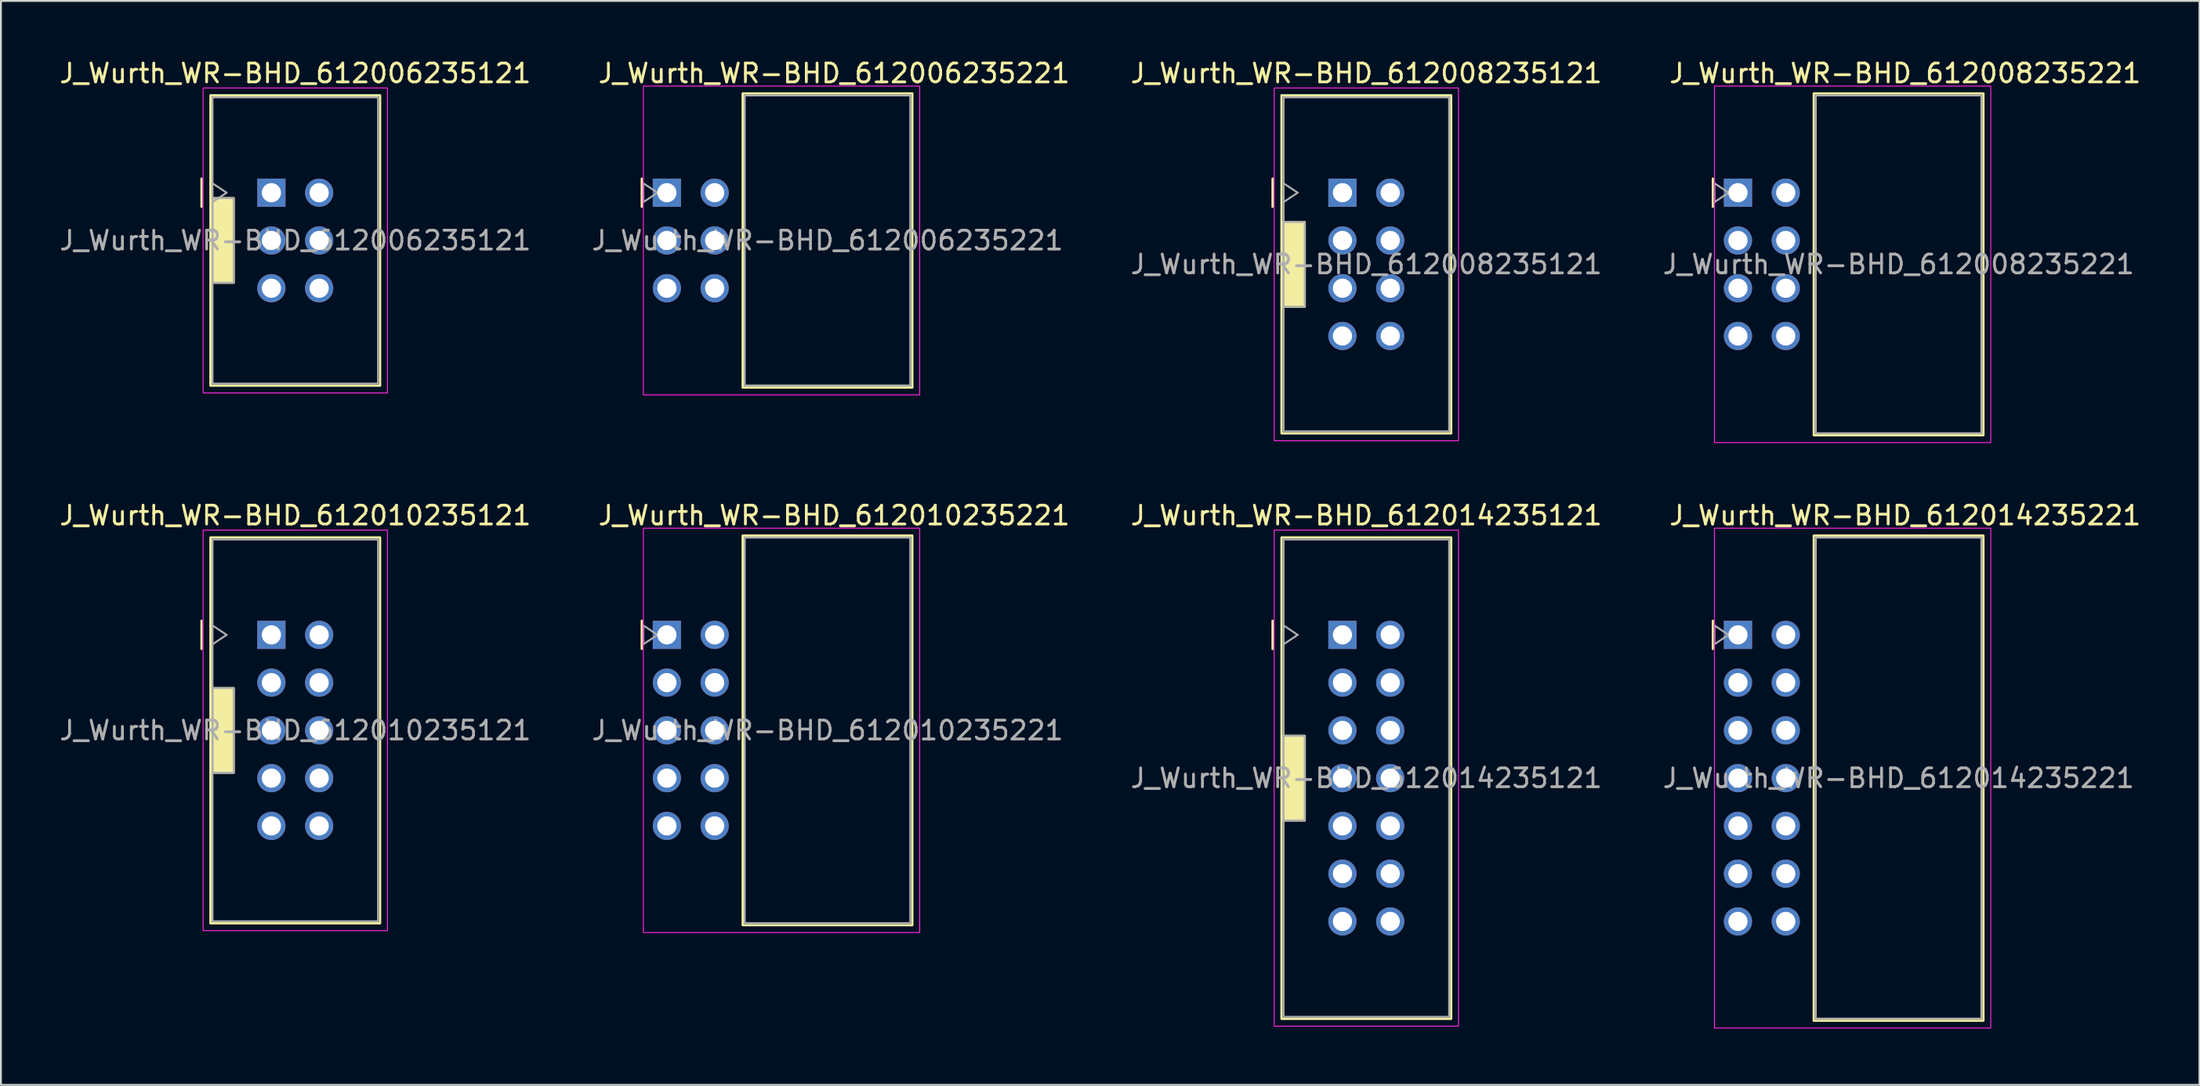
<source format=kicad_pcb>
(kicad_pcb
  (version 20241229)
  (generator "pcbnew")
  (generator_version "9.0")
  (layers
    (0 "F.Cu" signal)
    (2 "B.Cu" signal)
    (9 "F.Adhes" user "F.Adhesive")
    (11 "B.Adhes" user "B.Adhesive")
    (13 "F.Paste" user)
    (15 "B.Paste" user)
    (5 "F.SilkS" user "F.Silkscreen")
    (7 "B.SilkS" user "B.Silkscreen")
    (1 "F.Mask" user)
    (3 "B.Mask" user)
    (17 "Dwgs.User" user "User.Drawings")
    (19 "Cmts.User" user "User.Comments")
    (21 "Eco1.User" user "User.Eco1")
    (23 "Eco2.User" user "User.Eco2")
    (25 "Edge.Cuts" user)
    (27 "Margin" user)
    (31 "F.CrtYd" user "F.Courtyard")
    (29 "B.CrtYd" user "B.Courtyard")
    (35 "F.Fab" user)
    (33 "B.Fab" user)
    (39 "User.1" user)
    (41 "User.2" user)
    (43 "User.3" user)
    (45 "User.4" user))
  (footprint "J_Wurth_WR-BHD_612014235121"
    (layer "F.Cu")
    (at 68.324 30.712)
    (property "Reference" "J_Wurth_WR-BHD_612014235121" (at 1.27 -6.35 0) (unlocked yes) (layer "F.SilkS") (effects (font (size 1 1) (thickness 0.15))))
    (attr through_hole)
    (fp_line (start -3.715 -0.75) (end -3.715 0.75) (stroke (width 0.12) (type solid)) (layer "F.SilkS"))
    (fp_rect (start -3.24 -5.18) (end 5.78 20.42) (stroke (width 0.12) (type solid)) (fill no) (layer "F.SilkS"))
    (fp_rect (start -3.205 5.37) (end -2.005 9.87) (stroke (width 0.12) (type solid)) (fill yes) (layer "F.SilkS"))
    (fp_rect (start -3.63 -5.57) (end 6.17 20.81) (stroke (width 0.05) (type solid)) (fill no) (layer "F.CrtYd"))
    (fp_line (start -2.38 0) (end -3.13 -0.5) (stroke (width 0.1) (type solid)) (layer "F.Fab"))
    (fp_line (start -2.38 0) (end -3.13 0.5) (stroke (width 0.1) (type solid)) (layer "F.Fab"))
    (fp_rect (start -3.13 -5.07) (end 5.67 20.31) (stroke (width 0.1) (type solid)) (fill no) (layer "F.Fab"))
    (fp_rect (start -3.13 5.37) (end -2.005 9.87) (stroke (width 0.1) (type solid)) (fill no) (layer "F.Fab"))
    (fp_text user "${REFERENCE}" (at 1.27 7.62 0) (unlocked yes) (layer "F.Fab") (effects (font (size 1 1) (thickness 0.15))))
    (pad "1" thru_hole rect (at 0 0 270) (size 1.5 1.5) (drill 1.02) (layers "*.Cu" "*.Mask"))
    (pad "2" thru_hole circle (at 2.54 0 270) (size 1.5 1.5) (drill 1.02) (layers "*.Cu" "*.Mask"))
    (pad "3" thru_hole circle (at 0 2.54 270) (size 1.5 1.5) (drill 1.02) (layers "*.Cu" "*.Mask"))
    (pad "4" thru_hole circle (at 2.54 2.54 270) (size 1.5 1.5) (drill 1.02) (layers "*.Cu" "*.Mask"))
    (pad "5" thru_hole circle (at 0 5.08 270) (size 1.5 1.5) (drill 1.02) (layers "*.Cu" "*.Mask"))
    (pad "6" thru_hole circle (at 2.54 5.08 270) (size 1.5 1.5) (drill 1.02) (layers "*.Cu" "*.Mask"))
    (pad "7" thru_hole circle (at 0 7.62 270) (size 1.5 1.5) (drill 1.02) (layers "*.Cu" "*.Mask"))
    (pad "8" thru_hole circle (at 2.54 7.62 270) (size 1.5 1.5) (drill 1.02) (layers "*.Cu" "*.Mask"))
    (pad "9" thru_hole circle (at 0 10.16 270) (size 1.5 1.5) (drill 1.02) (layers "*.Cu" "*.Mask"))
    (pad "10" thru_hole circle (at 2.54 10.16 270) (size 1.5 1.5) (drill 1.02) (layers "*.Cu" "*.Mask"))
    (pad "11" thru_hole circle (at 0 12.7 270) (size 1.5 1.5) (drill 1.02) (layers "*.Cu" "*.Mask"))
    (pad "12" thru_hole circle (at 2.54 12.7 270) (size 1.5 1.5) (drill 1.02) (layers "*.Cu" "*.Mask"))
    (pad "13" thru_hole circle (at 0 15.24 270) (size 1.5 1.5) (drill 1.02) (layers "*.Cu" "*.Mask"))
    (pad "14" thru_hole circle (at 2.54 15.24 270) (size 1.5 1.5) (drill 1.02) (layers "*.Cu" "*.Mask")))
  (footprint "J_Wurth_WR-BHD_612010235121"
    (layer "F.Cu")
    (at 11.379 30.712)
    (property "Reference" "J_Wurth_WR-BHD_612010235121" (at 1.27 -6.35 0) (unlocked yes) (layer "F.SilkS") (effects (font (size 1 1) (thickness 0.15))))
    (attr through_hole)
    (fp_line (start -3.715 -0.75) (end -3.715 0.75) (stroke (width 0.12) (type solid)) (layer "F.SilkS"))
    (fp_rect (start -3.24 -5.18) (end 5.78 15.34) (stroke (width 0.12) (type solid)) (fill no) (layer "F.SilkS"))
    (fp_rect (start -3.205 2.83) (end -2.005 7.33) (stroke (width 0.12) (type solid)) (fill yes) (layer "F.SilkS"))
    (fp_rect (start -3.63 -5.57) (end 6.17 15.73) (stroke (width 0.05) (type solid)) (fill no) (layer "F.CrtYd"))
    (fp_line (start -2.38 0) (end -3.13 -0.5) (stroke (width 0.1) (type solid)) (layer "F.Fab"))
    (fp_line (start -2.38 0) (end -3.13 0.5) (stroke (width 0.1) (type solid)) (layer "F.Fab"))
    (fp_rect (start -3.13 -5.07) (end 5.67 15.23) (stroke (width 0.1) (type solid)) (fill no) (layer "F.Fab"))
    (fp_rect (start -3.13 2.83) (end -2.005 7.33) (stroke (width 0.1) (type solid)) (fill no) (layer "F.Fab"))
    (fp_text user "${REFERENCE}" (at 1.27 5.08 0) (unlocked yes) (layer "F.Fab") (effects (font (size 1 1) (thickness 0.15))))
    (pad "1" thru_hole rect (at 0 0 270) (size 1.5 1.5) (drill 1.02) (layers "*.Cu" "*.Mask"))
    (pad "2" thru_hole circle (at 2.54 0 270) (size 1.5 1.5) (drill 1.02) (layers "*.Cu" "*.Mask"))
    (pad "3" thru_hole circle (at 0 2.54 270) (size 1.5 1.5) (drill 1.02) (layers "*.Cu" "*.Mask"))
    (pad "4" thru_hole circle (at 2.54 2.54 270) (size 1.5 1.5) (drill 1.02) (layers "*.Cu" "*.Mask"))
    (pad "5" thru_hole circle (at 0 5.08 270) (size 1.5 1.5) (drill 1.02) (layers "*.Cu" "*.Mask"))
    (pad "6" thru_hole circle (at 2.54 5.08 270) (size 1.5 1.5) (drill 1.02) (layers "*.Cu" "*.Mask"))
    (pad "7" thru_hole circle (at 0 7.62 270) (size 1.5 1.5) (drill 1.02) (layers "*.Cu" "*.Mask"))
    (pad "8" thru_hole circle (at 2.54 7.62 270) (size 1.5 1.5) (drill 1.02) (layers "*.Cu" "*.Mask"))
    (pad "9" thru_hole circle (at 0 10.16 270) (size 1.5 1.5) (drill 1.02) (layers "*.Cu" "*.Mask"))
    (pad "10" thru_hole circle (at 2.54 10.16 270) (size 1.5 1.5) (drill 1.02) (layers "*.Cu" "*.Mask")))
  (footprint "J_Wurth_WR-BHD_612006235221"
    (layer "F.Cu")
    (at 32.406 7.198)
    (property "Reference" "J_Wurth_WR-BHD_612006235221" (at 8.89 -6.35 0) (unlocked yes) (layer "F.SilkS") (effects (font (size 1 1) (thickness 0.15))))
    (attr through_hole)
    (fp_line (start -1.335 0.75) (end -1.335 -0.75) (stroke (width 0.12) (type solid)) (layer "F.SilkS"))
    (fp_rect (start 4.03 -5.28) (end 13.05 10.36) (stroke (width 0.12) (type solid)) (fill no) (layer "F.SilkS"))
    (fp_rect (start -1.25 -5.67) (end 13.44 10.75) (stroke (width 0.05) (type solid)) (fill no) (layer "F.CrtYd"))
    (fp_line (start -1.25 0.5) (end -1.25 -0.5) (stroke (width 0.1) (type default)) (layer "F.Fab"))
    (fp_line (start -0.5 0) (end -1.25 -0.5) (stroke (width 0.1) (type solid)) (layer "F.Fab"))
    (fp_line (start -0.5 0) (end -1.25 0.5) (stroke (width 0.1) (type solid)) (layer "F.Fab"))
    (fp_rect (start 4.14 -5.17) (end 12.94 10.25) (stroke (width 0.1) (type solid)) (fill no) (layer "F.Fab"))
    (fp_text user "${REFERENCE}" (at 8.54 2.54 0) (unlocked yes) (layer "F.Fab") (effects (font (size 1 1) (thickness 0.15))))
    (pad "1" thru_hole rect (at 0 0 90) (size 1.5 1.5) (drill 1.02) (layers "*.Cu" "*.Mask"))
    (pad "2" thru_hole circle (at 2.54 0 90) (size 1.5 1.5) (drill 1.02) (layers "*.Cu" "*.Mask"))
    (pad "3" thru_hole circle (at 0 2.54 90) (size 1.5 1.5) (drill 1.02) (layers "*.Cu" "*.Mask"))
    (pad "4" thru_hole circle (at 2.54 2.54 90) (size 1.5 1.5) (drill 1.02) (layers "*.Cu" "*.Mask"))
    (pad "5" thru_hole circle (at 0 5.08 90) (size 1.5 1.5) (drill 1.02) (layers "*.Cu" "*.Mask"))
    (pad "6" thru_hole circle (at 2.54 5.08 90) (size 1.5 1.5) (drill 1.02) (layers "*.Cu" "*.Mask")))
  (footprint "J_Wurth_WR-BHD_612008235121"
    (layer "F.Cu")
    (at 68.324 7.198)
    (property "Reference" "J_Wurth_WR-BHD_612008235121" (at 1.27 -6.35 0) (unlocked yes) (layer "F.SilkS") (effects (font (size 1 1) (thickness 0.15))))
    (attr through_hole)
    (fp_line (start -3.715 -0.75) (end -3.715 0.75) (stroke (width 0.12) (type solid)) (layer "F.SilkS"))
    (fp_rect (start -3.24 -5.18) (end 5.78 12.8) (stroke (width 0.12) (type solid)) (fill no) (layer "F.SilkS"))
    (fp_rect (start -3.205 1.56) (end -2.005 6.06) (stroke (width 0.12) (type solid)) (fill yes) (layer "F.SilkS"))
    (fp_rect (start -3.63 -5.57) (end 6.17 13.19) (stroke (width 0.05) (type solid)) (fill no) (layer "F.CrtYd"))
    (fp_line (start -2.38 0) (end -3.13 -0.5) (stroke (width 0.1) (type solid)) (layer "F.Fab"))
    (fp_line (start -2.38 0) (end -3.13 0.5) (stroke (width 0.1) (type solid)) (layer "F.Fab"))
    (fp_rect (start -3.13 -5.07) (end 5.67 12.69) (stroke (width 0.1) (type solid)) (fill no) (layer "F.Fab"))
    (fp_rect (start -3.13 1.56) (end -2.005 6.06) (stroke (width 0.1) (type solid)) (fill no) (layer "F.Fab"))
    (fp_text user "${REFERENCE}" (at 1.27 3.81 0) (unlocked yes) (layer "F.Fab") (effects (font (size 1 1) (thickness 0.15))))
    (pad "1" thru_hole rect (at 0 0 270) (size 1.5 1.5) (drill 1.02) (layers "*.Cu" "*.Mask"))
    (pad "2" thru_hole circle (at 2.54 0 270) (size 1.5 1.5) (drill 1.02) (layers "*.Cu" "*.Mask"))
    (pad "3" thru_hole circle (at 0 2.54 270) (size 1.5 1.5) (drill 1.02) (layers "*.Cu" "*.Mask"))
    (pad "4" thru_hole circle (at 2.54 2.54 270) (size 1.5 1.5) (drill 1.02) (layers "*.Cu" "*.Mask"))
    (pad "5" thru_hole circle (at 0 5.08 270) (size 1.5 1.5) (drill 1.02) (layers "*.Cu" "*.Mask"))
    (pad "6" thru_hole circle (at 2.54 5.08 270) (size 1.5 1.5) (drill 1.02) (layers "*.Cu" "*.Mask"))
    (pad "7" thru_hole circle (at 0 7.62 270) (size 1.5 1.5) (drill 1.02) (layers "*.Cu" "*.Mask"))
    (pad "8" thru_hole circle (at 2.54 7.62 270) (size 1.5 1.5) (drill 1.02) (layers "*.Cu" "*.Mask")))
  (footprint "J_Wurth_WR-BHD_612008235221"
    (layer "F.Cu")
    (at 89.352 7.198)
    (property "Reference" "J_Wurth_WR-BHD_612008235221" (at 8.89 -6.35 0) (unlocked yes) (layer "F.SilkS") (effects (font (size 1 1) (thickness 0.15))))
    (attr through_hole)
    (fp_line (start -1.335 0.75) (end -1.335 -0.75) (stroke (width 0.12) (type solid)) (layer "F.SilkS"))
    (fp_rect (start 4.03 -5.28) (end 13.05 12.9) (stroke (width 0.12) (type solid)) (fill no) (layer "F.SilkS"))
    (fp_rect (start -1.25 -5.67) (end 13.44 13.29) (stroke (width 0.05) (type solid)) (fill no) (layer "F.CrtYd"))
    (fp_line (start -1.25 0.5) (end -1.25 -0.5) (stroke (width 0.1) (type default)) (layer "F.Fab"))
    (fp_line (start -0.5 0) (end -1.25 -0.5) (stroke (width 0.1) (type solid)) (layer "F.Fab"))
    (fp_line (start -0.5 0) (end -1.25 0.5) (stroke (width 0.1) (type solid)) (layer "F.Fab"))
    (fp_rect (start 4.14 -5.17) (end 12.94 12.79) (stroke (width 0.1) (type solid)) (fill no) (layer "F.Fab"))
    (fp_text user "${REFERENCE}" (at 8.54 3.81 0) (unlocked yes) (layer "F.Fab") (effects (font (size 1 1) (thickness 0.15))))
    (pad "1" thru_hole rect (at 0 0 90) (size 1.5 1.5) (drill 1.02) (layers "*.Cu" "*.Mask"))
    (pad "2" thru_hole circle (at 2.54 0 90) (size 1.5 1.5) (drill 1.02) (layers "*.Cu" "*.Mask"))
    (pad "3" thru_hole circle (at 0 2.54 90) (size 1.5 1.5) (drill 1.02) (layers "*.Cu" "*.Mask"))
    (pad "4" thru_hole circle (at 2.54 2.54 90) (size 1.5 1.5) (drill 1.02) (layers "*.Cu" "*.Mask"))
    (pad "5" thru_hole circle (at 0 5.08 90) (size 1.5 1.5) (drill 1.02) (layers "*.Cu" "*.Mask"))
    (pad "6" thru_hole circle (at 2.54 5.08 90) (size 1.5 1.5) (drill 1.02) (layers "*.Cu" "*.Mask"))
    (pad "7" thru_hole circle (at 0 7.62 90) (size 1.5 1.5) (drill 1.02) (layers "*.Cu" "*.Mask"))
    (pad "8" thru_hole circle (at 2.54 7.62 90) (size 1.5 1.5) (drill 1.02) (layers "*.Cu" "*.Mask")))
  (footprint "J_Wurth_WR-BHD_612010235221"
    (layer "F.Cu")
    (at 32.406 30.712)
    (property "Reference" "J_Wurth_WR-BHD_612010235221" (at 8.89 -6.35 0) (unlocked yes) (layer "F.SilkS") (effects (font (size 1 1) (thickness 0.15))))
    (attr through_hole)
    (fp_line (start -1.335 0.75) (end -1.335 -0.75) (stroke (width 0.12) (type solid)) (layer "F.SilkS"))
    (fp_rect (start 4.03 -5.28) (end 13.05 15.44) (stroke (width 0.12) (type solid)) (fill no) (layer "F.SilkS"))
    (fp_rect (start -1.25 -5.67) (end 13.44 15.83) (stroke (width 0.05) (type solid)) (fill no) (layer "F.CrtYd"))
    (fp_line (start -1.25 0.5) (end -1.25 -0.5) (stroke (width 0.1) (type default)) (layer "F.Fab"))
    (fp_line (start -0.5 0) (end -1.25 -0.5) (stroke (width 0.1) (type solid)) (layer "F.Fab"))
    (fp_line (start -0.5 0) (end -1.25 0.5) (stroke (width 0.1) (type solid)) (layer "F.Fab"))
    (fp_rect (start 4.14 -5.17) (end 12.94 15.33) (stroke (width 0.1) (type solid)) (fill no) (layer "F.Fab"))
    (fp_text user "${REFERENCE}" (at 8.54 5.08 0) (unlocked yes) (layer "F.Fab") (effects (font (size 1 1) (thickness 0.15))))
    (pad "1" thru_hole rect (at 0 0 90) (size 1.5 1.5) (drill 1.02) (layers "*.Cu" "*.Mask"))
    (pad "2" thru_hole circle (at 2.54 0 90) (size 1.5 1.5) (drill 1.02) (layers "*.Cu" "*.Mask"))
    (pad "3" thru_hole circle (at 0 2.54 90) (size 1.5 1.5) (drill 1.02) (layers "*.Cu" "*.Mask"))
    (pad "4" thru_hole circle (at 2.54 2.54 90) (size 1.5 1.5) (drill 1.02) (layers "*.Cu" "*.Mask"))
    (pad "5" thru_hole circle (at 0 5.08 90) (size 1.5 1.5) (drill 1.02) (layers "*.Cu" "*.Mask"))
    (pad "6" thru_hole circle (at 2.54 5.08 90) (size 1.5 1.5) (drill 1.02) (layers "*.Cu" "*.Mask"))
    (pad "7" thru_hole circle (at 0 7.62 90) (size 1.5 1.5) (drill 1.02) (layers "*.Cu" "*.Mask"))
    (pad "8" thru_hole circle (at 2.54 7.62 90) (size 1.5 1.5) (drill 1.02) (layers "*.Cu" "*.Mask"))
    (pad "9" thru_hole circle (at 0 10.16 90) (size 1.5 1.5) (drill 1.02) (layers "*.Cu" "*.Mask"))
    (pad "10" thru_hole circle (at 2.54 10.16 90) (size 1.5 1.5) (drill 1.02) (layers "*.Cu" "*.Mask")))
  (footprint "J_Wurth_WR-BHD_612014235221"
    (layer "F.Cu")
    (at 89.352 30.712)
    (property "Reference" "J_Wurth_WR-BHD_612014235221" (at 8.89 -6.35 0) (unlocked yes) (layer "F.SilkS") (effects (font (size 1 1) (thickness 0.15))))
    (attr through_hole)
    (fp_line (start -1.335 0.75) (end -1.335 -0.75) (stroke (width 0.12) (type solid)) (layer "F.SilkS"))
    (fp_rect (start 4.03 -5.28) (end 13.05 20.52) (stroke (width 0.12) (type solid)) (fill no) (layer "F.SilkS"))
    (fp_rect (start -1.25 -5.67) (end 13.44 20.91) (stroke (width 0.05) (type solid)) (fill no) (layer "F.CrtYd"))
    (fp_line (start -1.25 0.5) (end -1.25 -0.5) (stroke (width 0.1) (type default)) (layer "F.Fab"))
    (fp_line (start -0.5 0) (end -1.25 -0.5) (stroke (width 0.1) (type solid)) (layer "F.Fab"))
    (fp_line (start -0.5 0) (end -1.25 0.5) (stroke (width 0.1) (type solid)) (layer "F.Fab"))
    (fp_rect (start 4.14 -5.17) (end 12.94 20.41) (stroke (width 0.1) (type solid)) (fill no) (layer "F.Fab"))
    (fp_text user "${REFERENCE}" (at 8.54 7.62 0) (unlocked yes) (layer "F.Fab") (effects (font (size 1 1) (thickness 0.15))))
    (pad "1" thru_hole rect (at 0 0 90) (size 1.5 1.5) (drill 1.02) (layers "*.Cu" "*.Mask"))
    (pad "2" thru_hole circle (at 2.54 0 90) (size 1.5 1.5) (drill 1.02) (layers "*.Cu" "*.Mask"))
    (pad "3" thru_hole circle (at 0 2.54 90) (size 1.5 1.5) (drill 1.02) (layers "*.Cu" "*.Mask"))
    (pad "4" thru_hole circle (at 2.54 2.54 90) (size 1.5 1.5) (drill 1.02) (layers "*.Cu" "*.Mask"))
    (pad "5" thru_hole circle (at 0 5.08 90) (size 1.5 1.5) (drill 1.02) (layers "*.Cu" "*.Mask"))
    (pad "6" thru_hole circle (at 2.54 5.08 90) (size 1.5 1.5) (drill 1.02) (layers "*.Cu" "*.Mask"))
    (pad "7" thru_hole circle (at 0 7.62 90) (size 1.5 1.5) (drill 1.02) (layers "*.Cu" "*.Mask"))
    (pad "8" thru_hole circle (at 2.54 7.62 90) (size 1.5 1.5) (drill 1.02) (layers "*.Cu" "*.Mask"))
    (pad "9" thru_hole circle (at 0 10.16 90) (size 1.5 1.5) (drill 1.02) (layers "*.Cu" "*.Mask"))
    (pad "10" thru_hole circle (at 2.54 10.16 90) (size 1.5 1.5) (drill 1.02) (layers "*.Cu" "*.Mask"))
    (pad "11" thru_hole circle (at 0 12.7 90) (size 1.5 1.5) (drill 1.02) (layers "*.Cu" "*.Mask"))
    (pad "12" thru_hole circle (at 2.54 12.7 90) (size 1.5 1.5) (drill 1.02) (layers "*.Cu" "*.Mask"))
    (pad "13" thru_hole circle (at 0 15.24 90) (size 1.5 1.5) (drill 1.02) (layers "*.Cu" "*.Mask"))
    (pad "14" thru_hole circle (at 2.54 15.24 90) (size 1.5 1.5) (drill 1.02) (layers "*.Cu" "*.Mask")))
  (footprint "J_Wurth_WR-BHD_612006235121"
    (layer "F.Cu")
    (at 11.379 7.198)
    (property "Reference" "J_Wurth_WR-BHD_612006235121" (at 1.27 -6.35 0) (unlocked yes) (layer "F.SilkS") (effects (font (size 1 1) (thickness 0.15))))
    (attr through_hole)
    (fp_line (start -3.715 -0.75) (end -3.715 0.75) (stroke (width 0.12) (type solid)) (layer "F.SilkS"))
    (fp_rect (start -3.24 -5.18) (end 5.78 10.26) (stroke (width 0.12) (type solid)) (fill no) (layer "F.SilkS"))
    (fp_rect (start -3.205 0.29) (end -2.005 4.79) (stroke (width 0.12) (type solid)) (fill yes) (layer "F.SilkS"))
    (fp_rect (start -3.63 -5.57) (end 6.17 10.65) (stroke (width 0.05) (type solid)) (fill no) (layer "F.CrtYd"))
    (fp_line (start -2.38 0) (end -3.13 -0.5) (stroke (width 0.1) (type solid)) (layer "F.Fab"))
    (fp_line (start -2.38 0) (end -3.13 0.5) (stroke (width 0.1) (type solid)) (layer "F.Fab"))
    (fp_rect (start -3.13 -5.07) (end 5.67 10.15) (stroke (width 0.1) (type solid)) (fill no) (layer "F.Fab"))
    (fp_rect (start -3.13 0.29) (end -2.005 4.79) (stroke (width 0.1) (type solid)) (fill no) (layer "F.Fab"))
    (fp_text user "${REFERENCE}" (at 1.27 2.54 0) (unlocked yes) (layer "F.Fab") (effects (font (size 1 1) (thickness 0.15))))
    (pad "1" thru_hole rect (at 0 0 270) (size 1.5 1.5) (drill 1.02) (layers "*.Cu" "*.Mask"))
    (pad "2" thru_hole circle (at 2.54 0 270) (size 1.5 1.5) (drill 1.02) (layers "*.Cu" "*.Mask"))
    (pad "3" thru_hole circle (at 0 2.54 270) (size 1.5 1.5) (drill 1.02) (layers "*.Cu" "*.Mask"))
    (pad "4" thru_hole circle (at 2.54 2.54 270) (size 1.5 1.5) (drill 1.02) (layers "*.Cu" "*.Mask"))
    (pad "5" thru_hole circle (at 0 5.08 270) (size 1.5 1.5) (drill 1.02) (layers "*.Cu" "*.Mask"))
    (pad "6" thru_hole circle (at 2.54 5.08 270) (size 1.5 1.5) (drill 1.02) (layers "*.Cu" "*.Mask")))
  (gr_rect
    (start -3 -3)
    (end 113.89 54.647)
    (stroke (width 0.1) (type default))
    (fill no)
    (layer "Edge.Cuts")))
</source>
